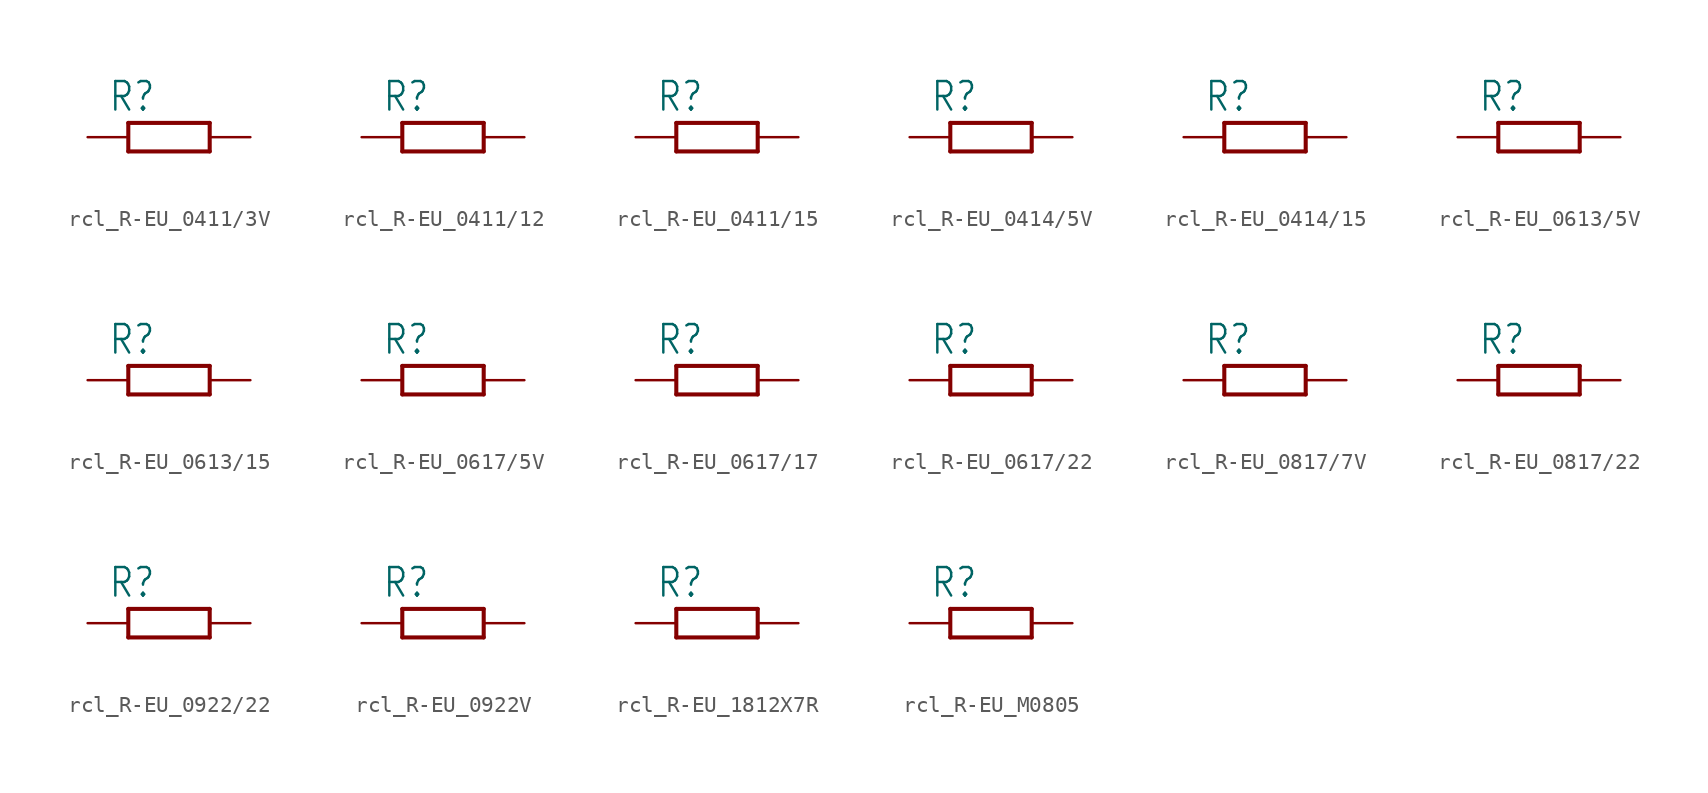
<source format=kicad_sym>
(kicad_symbol_lib
  (version 20231120)
  (generator "kicad_symbol_editor")
  (generator_version "8.0")
  (symbol "rcl_R-EU_0411/3V"
    (property "Reference" "R"
      (at -3.81 1.499 0)
      (effects (font (size 1.778 1.511)) (justify left bottom)))
    (property "Value" ""
      (at -3.81 -3.302 0)
      (effects (font (size 1.778 1.511)) (justify left bottom)))
    (property "ki_locked" ""
      (at 0 0 0)
      (effects (font (size 1.27 1.27))))
    (symbol "rcl_R-EU_0411/3V_1_0"
      (polyline (pts (xy -2.54 -0.889) (xy -2.54 0.889)) (stroke (width 0.254) (type solid)) (fill (type none)))
      (polyline (pts (xy -2.54 -0.889) (xy 2.54 -0.889)) (stroke (width 0.254) (type solid)) (fill (type none)))
      (polyline (pts (xy 2.54 -0.889) (xy 2.54 0.889)) (stroke (width 0.254) (type solid)) (fill (type none)))
      (polyline (pts (xy 2.54 0.889) (xy -2.54 0.889)) (stroke (width 0.254) (type solid)) (fill (type none)))
      (pin passive line (at -5.08 0 0) (length 2.54) (name "1" (effects (font (size 0 0)))) (number "1" (effects (font (size 0 0)))))
      (pin passive line (at 5.08 0 180) (length 2.54) (name "2" (effects (font (size 0 0)))) (number "2" (effects (font (size 0 0)))))))
  (symbol "rcl_R-EU_0411/12"
    (property "Reference" "R"
      (at -3.81 1.499 0)
      (effects (font (size 1.778 1.511)) (justify left bottom)))
    (property "Value" ""
      (at -3.81 -3.302 0)
      (effects (font (size 1.778 1.511)) (justify left bottom)))
    (property "ki_locked" ""
      (at 0 0 0)
      (effects (font (size 1.27 1.27))))
    (symbol "rcl_R-EU_0411/12_1_0"
      (polyline (pts (xy -2.54 -0.889) (xy -2.54 0.889)) (stroke (width 0.254) (type solid)) (fill (type none)))
      (polyline (pts (xy -2.54 -0.889) (xy 2.54 -0.889)) (stroke (width 0.254) (type solid)) (fill (type none)))
      (polyline (pts (xy 2.54 -0.889) (xy 2.54 0.889)) (stroke (width 0.254) (type solid)) (fill (type none)))
      (polyline (pts (xy 2.54 0.889) (xy -2.54 0.889)) (stroke (width 0.254) (type solid)) (fill (type none)))
      (pin passive line (at -5.08 0 0) (length 2.54) (name "1" (effects (font (size 0 0)))) (number "1" (effects (font (size 0 0)))))
      (pin passive line (at 5.08 0 180) (length 2.54) (name "2" (effects (font (size 0 0)))) (number "2" (effects (font (size 0 0)))))))
  (symbol "rcl_R-EU_0411/15"
    (property "Reference" "R"
      (at -3.81 1.499 0)
      (effects (font (size 1.778 1.511)) (justify left bottom)))
    (property "Value" ""
      (at -3.81 -3.302 0)
      (effects (font (size 1.778 1.511)) (justify left bottom)))
    (property "ki_locked" ""
      (at 0 0 0)
      (effects (font (size 1.27 1.27))))
    (symbol "rcl_R-EU_0411/15_1_0"
      (polyline (pts (xy -2.54 -0.889) (xy -2.54 0.889)) (stroke (width 0.254) (type solid)) (fill (type none)))
      (polyline (pts (xy -2.54 -0.889) (xy 2.54 -0.889)) (stroke (width 0.254) (type solid)) (fill (type none)))
      (polyline (pts (xy 2.54 -0.889) (xy 2.54 0.889)) (stroke (width 0.254) (type solid)) (fill (type none)))
      (polyline (pts (xy 2.54 0.889) (xy -2.54 0.889)) (stroke (width 0.254) (type solid)) (fill (type none)))
      (pin passive line (at -5.08 0 0) (length 2.54) (name "1" (effects (font (size 0 0)))) (number "1" (effects (font (size 0 0)))))
      (pin passive line (at 5.08 0 180) (length 2.54) (name "2" (effects (font (size 0 0)))) (number "2" (effects (font (size 0 0)))))))
  (symbol "rcl_R-EU_0414/5V"
    (property "Reference" "R"
      (at -3.81 1.499 0)
      (effects (font (size 1.778 1.511)) (justify left bottom)))
    (property "Value" ""
      (at -3.81 -3.302 0)
      (effects (font (size 1.778 1.511)) (justify left bottom)))
    (property "ki_locked" ""
      (at 0 0 0)
      (effects (font (size 1.27 1.27))))
    (symbol "rcl_R-EU_0414/5V_1_0"
      (polyline (pts (xy -2.54 -0.889) (xy -2.54 0.889)) (stroke (width 0.254) (type solid)) (fill (type none)))
      (polyline (pts (xy -2.54 -0.889) (xy 2.54 -0.889)) (stroke (width 0.254) (type solid)) (fill (type none)))
      (polyline (pts (xy 2.54 -0.889) (xy 2.54 0.889)) (stroke (width 0.254) (type solid)) (fill (type none)))
      (polyline (pts (xy 2.54 0.889) (xy -2.54 0.889)) (stroke (width 0.254) (type solid)) (fill (type none)))
      (pin passive line (at -5.08 0 0) (length 2.54) (name "1" (effects (font (size 0 0)))) (number "1" (effects (font (size 0 0)))))
      (pin passive line (at 5.08 0 180) (length 2.54) (name "2" (effects (font (size 0 0)))) (number "2" (effects (font (size 0 0)))))))
  (symbol "rcl_R-EU_0414/15"
    (property "Reference" "R"
      (at -3.81 1.499 0)
      (effects (font (size 1.778 1.511)) (justify left bottom)))
    (property "Value" ""
      (at -3.81 -3.302 0)
      (effects (font (size 1.778 1.511)) (justify left bottom)))
    (property "ki_locked" ""
      (at 0 0 0)
      (effects (font (size 1.27 1.27))))
    (symbol "rcl_R-EU_0414/15_1_0"
      (polyline (pts (xy -2.54 -0.889) (xy -2.54 0.889)) (stroke (width 0.254) (type solid)) (fill (type none)))
      (polyline (pts (xy -2.54 -0.889) (xy 2.54 -0.889)) (stroke (width 0.254) (type solid)) (fill (type none)))
      (polyline (pts (xy 2.54 -0.889) (xy 2.54 0.889)) (stroke (width 0.254) (type solid)) (fill (type none)))
      (polyline (pts (xy 2.54 0.889) (xy -2.54 0.889)) (stroke (width 0.254) (type solid)) (fill (type none)))
      (pin passive line (at -5.08 0 0) (length 2.54) (name "1" (effects (font (size 0 0)))) (number "1" (effects (font (size 0 0)))))
      (pin passive line (at 5.08 0 180) (length 2.54) (name "2" (effects (font (size 0 0)))) (number "2" (effects (font (size 0 0)))))))
  (symbol "rcl_R-EU_0613/5V"
    (property "Reference" "R"
      (at -3.81 1.499 0)
      (effects (font (size 1.778 1.511)) (justify left bottom)))
    (property "Value" ""
      (at -3.81 -3.302 0)
      (effects (font (size 1.778 1.511)) (justify left bottom)))
    (property "ki_locked" ""
      (at 0 0 0)
      (effects (font (size 1.27 1.27))))
    (symbol "rcl_R-EU_0613/5V_1_0"
      (polyline (pts (xy -2.54 -0.889) (xy -2.54 0.889)) (stroke (width 0.254) (type solid)) (fill (type none)))
      (polyline (pts (xy -2.54 -0.889) (xy 2.54 -0.889)) (stroke (width 0.254) (type solid)) (fill (type none)))
      (polyline (pts (xy 2.54 -0.889) (xy 2.54 0.889)) (stroke (width 0.254) (type solid)) (fill (type none)))
      (polyline (pts (xy 2.54 0.889) (xy -2.54 0.889)) (stroke (width 0.254) (type solid)) (fill (type none)))
      (pin passive line (at -5.08 0 0) (length 2.54) (name "1" (effects (font (size 0 0)))) (number "1" (effects (font (size 0 0)))))
      (pin passive line (at 5.08 0 180) (length 2.54) (name "2" (effects (font (size 0 0)))) (number "2" (effects (font (size 0 0)))))))
  (symbol "rcl_R-EU_0613/15"
    (property "Reference" "R"
      (at -3.81 1.499 0)
      (effects (font (size 1.778 1.511)) (justify left bottom)))
    (property "Value" ""
      (at -3.81 -3.302 0)
      (effects (font (size 1.778 1.511)) (justify left bottom)))
    (property "ki_locked" ""
      (at 0 0 0)
      (effects (font (size 1.27 1.27))))
    (symbol "rcl_R-EU_0613/15_1_0"
      (polyline (pts (xy -2.54 -0.889) (xy -2.54 0.889)) (stroke (width 0.254) (type solid)) (fill (type none)))
      (polyline (pts (xy -2.54 -0.889) (xy 2.54 -0.889)) (stroke (width 0.254) (type solid)) (fill (type none)))
      (polyline (pts (xy 2.54 -0.889) (xy 2.54 0.889)) (stroke (width 0.254) (type solid)) (fill (type none)))
      (polyline (pts (xy 2.54 0.889) (xy -2.54 0.889)) (stroke (width 0.254) (type solid)) (fill (type none)))
      (pin passive line (at -5.08 0 0) (length 2.54) (name "1" (effects (font (size 0 0)))) (number "1" (effects (font (size 0 0)))))
      (pin passive line (at 5.08 0 180) (length 2.54) (name "2" (effects (font (size 0 0)))) (number "2" (effects (font (size 0 0)))))))
  (symbol "rcl_R-EU_0617/5V"
    (property "Reference" "R"
      (at -3.81 1.499 0)
      (effects (font (size 1.778 1.511)) (justify left bottom)))
    (property "Value" ""
      (at -3.81 -3.302 0)
      (effects (font (size 1.778 1.511)) (justify left bottom)))
    (property "ki_locked" ""
      (at 0 0 0)
      (effects (font (size 1.27 1.27))))
    (symbol "rcl_R-EU_0617/5V_1_0"
      (polyline (pts (xy -2.54 -0.889) (xy -2.54 0.889)) (stroke (width 0.254) (type solid)) (fill (type none)))
      (polyline (pts (xy -2.54 -0.889) (xy 2.54 -0.889)) (stroke (width 0.254) (type solid)) (fill (type none)))
      (polyline (pts (xy 2.54 -0.889) (xy 2.54 0.889)) (stroke (width 0.254) (type solid)) (fill (type none)))
      (polyline (pts (xy 2.54 0.889) (xy -2.54 0.889)) (stroke (width 0.254) (type solid)) (fill (type none)))
      (pin passive line (at -5.08 0 0) (length 2.54) (name "1" (effects (font (size 0 0)))) (number "1" (effects (font (size 0 0)))))
      (pin passive line (at 5.08 0 180) (length 2.54) (name "2" (effects (font (size 0 0)))) (number "2" (effects (font (size 0 0)))))))
  (symbol "rcl_R-EU_0617/17"
    (property "Reference" "R"
      (at -3.81 1.499 0)
      (effects (font (size 1.778 1.511)) (justify left bottom)))
    (property "Value" ""
      (at -3.81 -3.302 0)
      (effects (font (size 1.778 1.511)) (justify left bottom)))
    (property "ki_locked" ""
      (at 0 0 0)
      (effects (font (size 1.27 1.27))))
    (symbol "rcl_R-EU_0617/17_1_0"
      (polyline (pts (xy -2.54 -0.889) (xy -2.54 0.889)) (stroke (width 0.254) (type solid)) (fill (type none)))
      (polyline (pts (xy -2.54 -0.889) (xy 2.54 -0.889)) (stroke (width 0.254) (type solid)) (fill (type none)))
      (polyline (pts (xy 2.54 -0.889) (xy 2.54 0.889)) (stroke (width 0.254) (type solid)) (fill (type none)))
      (polyline (pts (xy 2.54 0.889) (xy -2.54 0.889)) (stroke (width 0.254) (type solid)) (fill (type none)))
      (pin passive line (at -5.08 0 0) (length 2.54) (name "1" (effects (font (size 0 0)))) (number "1" (effects (font (size 0 0)))))
      (pin passive line (at 5.08 0 180) (length 2.54) (name "2" (effects (font (size 0 0)))) (number "2" (effects (font (size 0 0)))))))
  (symbol "rcl_R-EU_0617/22"
    (property "Reference" "R"
      (at -3.81 1.499 0)
      (effects (font (size 1.778 1.511)) (justify left bottom)))
    (property "Value" ""
      (at -3.81 -3.302 0)
      (effects (font (size 1.778 1.511)) (justify left bottom)))
    (property "ki_locked" ""
      (at 0 0 0)
      (effects (font (size 1.27 1.27))))
    (symbol "rcl_R-EU_0617/22_1_0"
      (polyline (pts (xy -2.54 -0.889) (xy -2.54 0.889)) (stroke (width 0.254) (type solid)) (fill (type none)))
      (polyline (pts (xy -2.54 -0.889) (xy 2.54 -0.889)) (stroke (width 0.254) (type solid)) (fill (type none)))
      (polyline (pts (xy 2.54 -0.889) (xy 2.54 0.889)) (stroke (width 0.254) (type solid)) (fill (type none)))
      (polyline (pts (xy 2.54 0.889) (xy -2.54 0.889)) (stroke (width 0.254) (type solid)) (fill (type none)))
      (pin passive line (at -5.08 0 0) (length 2.54) (name "1" (effects (font (size 0 0)))) (number "1" (effects (font (size 0 0)))))
      (pin passive line (at 5.08 0 180) (length 2.54) (name "2" (effects (font (size 0 0)))) (number "2" (effects (font (size 0 0)))))))
  (symbol "rcl_R-EU_0817/7V"
    (property "Reference" "R"
      (at -3.81 1.499 0)
      (effects (font (size 1.778 1.511)) (justify left bottom)))
    (property "Value" ""
      (at -3.81 -3.302 0)
      (effects (font (size 1.778 1.511)) (justify left bottom)))
    (property "ki_locked" ""
      (at 0 0 0)
      (effects (font (size 1.27 1.27))))
    (symbol "rcl_R-EU_0817/7V_1_0"
      (polyline (pts (xy -2.54 -0.889) (xy -2.54 0.889)) (stroke (width 0.254) (type solid)) (fill (type none)))
      (polyline (pts (xy -2.54 -0.889) (xy 2.54 -0.889)) (stroke (width 0.254) (type solid)) (fill (type none)))
      (polyline (pts (xy 2.54 -0.889) (xy 2.54 0.889)) (stroke (width 0.254) (type solid)) (fill (type none)))
      (polyline (pts (xy 2.54 0.889) (xy -2.54 0.889)) (stroke (width 0.254) (type solid)) (fill (type none)))
      (pin passive line (at -5.08 0 0) (length 2.54) (name "1" (effects (font (size 0 0)))) (number "1" (effects (font (size 0 0)))))
      (pin passive line (at 5.08 0 180) (length 2.54) (name "2" (effects (font (size 0 0)))) (number "2" (effects (font (size 0 0)))))))
  (symbol "rcl_R-EU_0817/22"
    (property "Reference" "R"
      (at -3.81 1.499 0)
      (effects (font (size 1.778 1.511)) (justify left bottom)))
    (property "Value" ""
      (at -3.81 -3.302 0)
      (effects (font (size 1.778 1.511)) (justify left bottom)))
    (property "ki_locked" ""
      (at 0 0 0)
      (effects (font (size 1.27 1.27))))
    (symbol "rcl_R-EU_0817/22_1_0"
      (polyline (pts (xy -2.54 -0.889) (xy -2.54 0.889)) (stroke (width 0.254) (type solid)) (fill (type none)))
      (polyline (pts (xy -2.54 -0.889) (xy 2.54 -0.889)) (stroke (width 0.254) (type solid)) (fill (type none)))
      (polyline (pts (xy 2.54 -0.889) (xy 2.54 0.889)) (stroke (width 0.254) (type solid)) (fill (type none)))
      (polyline (pts (xy 2.54 0.889) (xy -2.54 0.889)) (stroke (width 0.254) (type solid)) (fill (type none)))
      (pin passive line (at -5.08 0 0) (length 2.54) (name "1" (effects (font (size 0 0)))) (number "1" (effects (font (size 0 0)))))
      (pin passive line (at 5.08 0 180) (length 2.54) (name "2" (effects (font (size 0 0)))) (number "2" (effects (font (size 0 0)))))))
  (symbol "rcl_R-EU_0922/22"
    (property "Reference" "R"
      (at -3.81 1.499 0)
      (effects (font (size 1.778 1.511)) (justify left bottom)))
    (property "Value" ""
      (at -3.81 -3.302 0)
      (effects (font (size 1.778 1.511)) (justify left bottom)))
    (property "ki_locked" ""
      (at 0 0 0)
      (effects (font (size 1.27 1.27))))
    (symbol "rcl_R-EU_0922/22_1_0"
      (polyline (pts (xy -2.54 -0.889) (xy -2.54 0.889)) (stroke (width 0.254) (type solid)) (fill (type none)))
      (polyline (pts (xy -2.54 -0.889) (xy 2.54 -0.889)) (stroke (width 0.254) (type solid)) (fill (type none)))
      (polyline (pts (xy 2.54 -0.889) (xy 2.54 0.889)) (stroke (width 0.254) (type solid)) (fill (type none)))
      (polyline (pts (xy 2.54 0.889) (xy -2.54 0.889)) (stroke (width 0.254) (type solid)) (fill (type none)))
      (pin passive line (at -5.08 0 0) (length 2.54) (name "1" (effects (font (size 0 0)))) (number "1" (effects (font (size 0 0)))))
      (pin passive line (at 5.08 0 180) (length 2.54) (name "2" (effects (font (size 0 0)))) (number "2" (effects (font (size 0 0)))))))
  (symbol "rcl_R-EU_0922V"
    (property "Reference" "R"
      (at -3.81 1.499 0)
      (effects (font (size 1.778 1.511)) (justify left bottom)))
    (property "Value" ""
      (at -3.81 -3.302 0)
      (effects (font (size 1.778 1.511)) (justify left bottom)))
    (property "ki_locked" ""
      (at 0 0 0)
      (effects (font (size 1.27 1.27))))
    (symbol "rcl_R-EU_0922V_1_0"
      (polyline (pts (xy -2.54 -0.889) (xy -2.54 0.889)) (stroke (width 0.254) (type solid)) (fill (type none)))
      (polyline (pts (xy -2.54 -0.889) (xy 2.54 -0.889)) (stroke (width 0.254) (type solid)) (fill (type none)))
      (polyline (pts (xy 2.54 -0.889) (xy 2.54 0.889)) (stroke (width 0.254) (type solid)) (fill (type none)))
      (polyline (pts (xy 2.54 0.889) (xy -2.54 0.889)) (stroke (width 0.254) (type solid)) (fill (type none)))
      (pin passive line (at -5.08 0 0) (length 2.54) (name "1" (effects (font (size 0 0)))) (number "1" (effects (font (size 0 0)))))
      (pin passive line (at 5.08 0 180) (length 2.54) (name "2" (effects (font (size 0 0)))) (number "2" (effects (font (size 0 0)))))))
  (symbol "rcl_R-EU_1812X7R"
    (property "Reference" "R"
      (at -3.81 1.499 0)
      (effects (font (size 1.778 1.511)) (justify left bottom)))
    (property "Value" ""
      (at -3.81 -3.302 0)
      (effects (font (size 1.778 1.511)) (justify left bottom)))
    (property "ki_locked" ""
      (at 0 0 0)
      (effects (font (size 1.27 1.27))))
    (symbol "rcl_R-EU_1812X7R_1_0"
      (polyline (pts (xy -2.54 -0.889) (xy -2.54 0.889)) (stroke (width 0.254) (type solid)) (fill (type none)))
      (polyline (pts (xy -2.54 -0.889) (xy 2.54 -0.889)) (stroke (width 0.254) (type solid)) (fill (type none)))
      (polyline (pts (xy 2.54 -0.889) (xy 2.54 0.889)) (stroke (width 0.254) (type solid)) (fill (type none)))
      (polyline (pts (xy 2.54 0.889) (xy -2.54 0.889)) (stroke (width 0.254) (type solid)) (fill (type none)))
      (pin passive line (at -5.08 0 0) (length 2.54) (name "1" (effects (font (size 0 0)))) (number "1" (effects (font (size 0 0)))))
      (pin passive line (at 5.08 0 180) (length 2.54) (name "2" (effects (font (size 0 0)))) (number "2" (effects (font (size 0 0)))))))
  (symbol "rcl_R-EU_M0805"
    (property "Reference" "R"
      (at -3.81 1.499 0)
      (effects (font (size 1.778 1.511)) (justify left bottom)))
    (property "Value" ""
      (at -3.81 -3.302 0)
      (effects (font (size 1.778 1.511)) (justify left bottom)))
    (property "ki_locked" ""
      (at 0 0 0)
      (effects (font (size 1.27 1.27))))
    (symbol "rcl_R-EU_M0805_1_0"
      (polyline (pts (xy -2.54 -0.889) (xy -2.54 0.889)) (stroke (width 0.254) (type solid)) (fill (type none)))
      (polyline (pts (xy -2.54 -0.889) (xy 2.54 -0.889)) (stroke (width 0.254) (type solid)) (fill (type none)))
      (polyline (pts (xy 2.54 -0.889) (xy 2.54 0.889)) (stroke (width 0.254) (type solid)) (fill (type none)))
      (polyline (pts (xy 2.54 0.889) (xy -2.54 0.889)) (stroke (width 0.254) (type solid)) (fill (type none)))
      (pin passive line (at -5.08 0 0) (length 2.54) (name "1" (effects (font (size 0 0)))) (number "1" (effects (font (size 0 0)))))
      (pin passive line (at 5.08 0 180) (length 2.54) (name "2" (effects (font (size 0 0)))) (number "2" (effects (font (size 0 0))))))))
</source>
